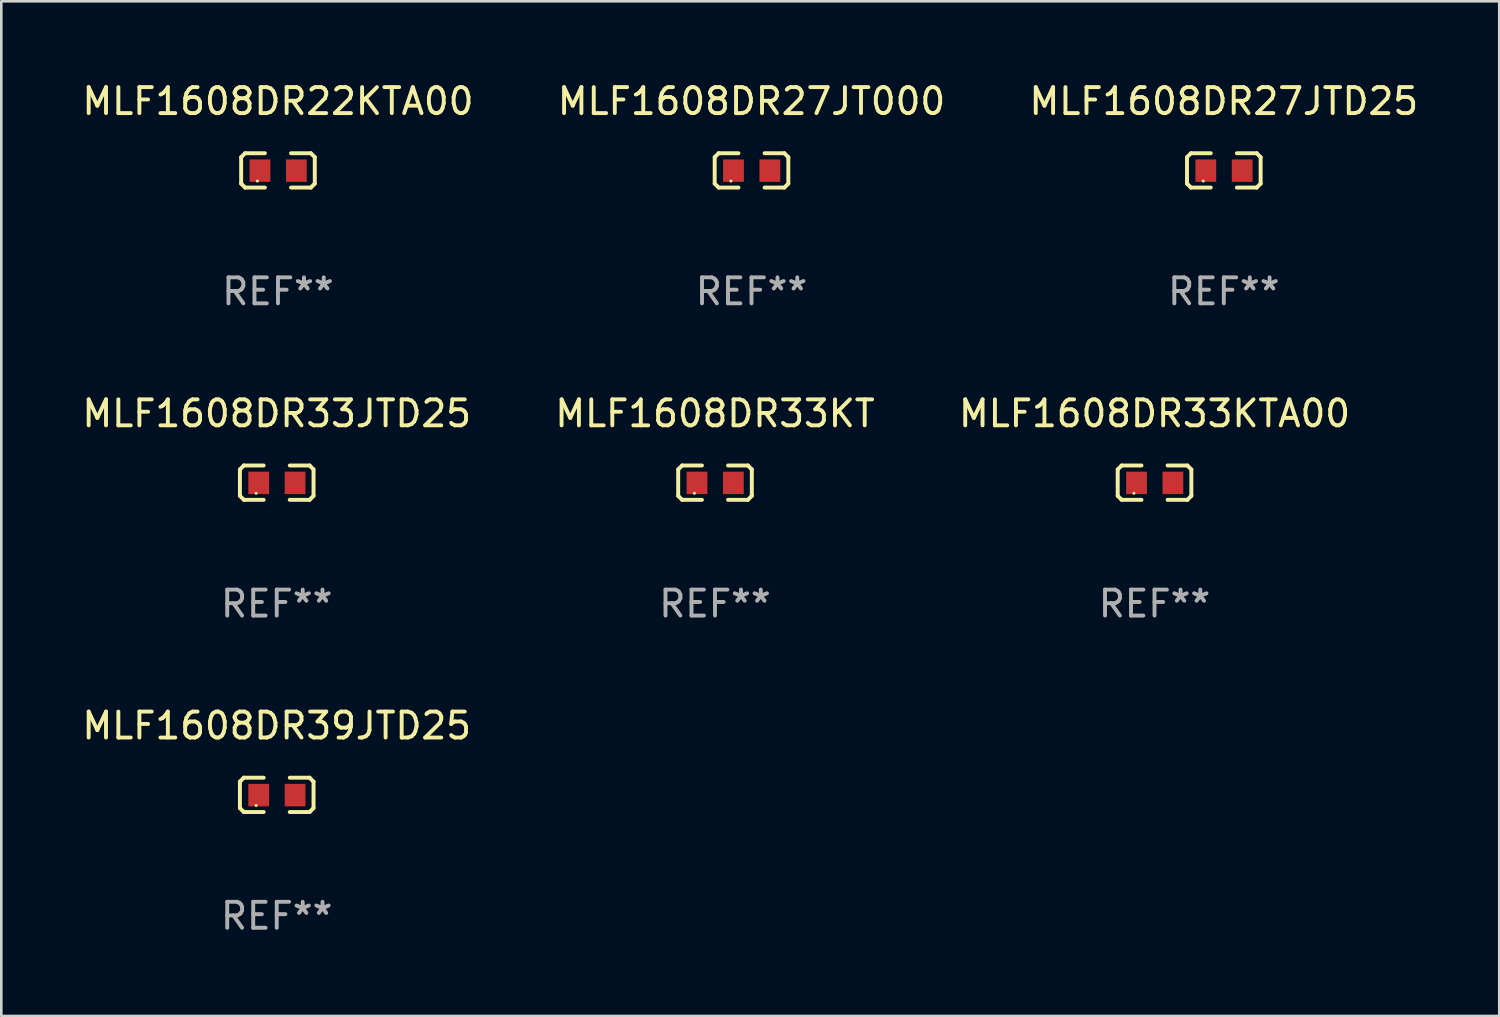
<source format=kicad_pcb>
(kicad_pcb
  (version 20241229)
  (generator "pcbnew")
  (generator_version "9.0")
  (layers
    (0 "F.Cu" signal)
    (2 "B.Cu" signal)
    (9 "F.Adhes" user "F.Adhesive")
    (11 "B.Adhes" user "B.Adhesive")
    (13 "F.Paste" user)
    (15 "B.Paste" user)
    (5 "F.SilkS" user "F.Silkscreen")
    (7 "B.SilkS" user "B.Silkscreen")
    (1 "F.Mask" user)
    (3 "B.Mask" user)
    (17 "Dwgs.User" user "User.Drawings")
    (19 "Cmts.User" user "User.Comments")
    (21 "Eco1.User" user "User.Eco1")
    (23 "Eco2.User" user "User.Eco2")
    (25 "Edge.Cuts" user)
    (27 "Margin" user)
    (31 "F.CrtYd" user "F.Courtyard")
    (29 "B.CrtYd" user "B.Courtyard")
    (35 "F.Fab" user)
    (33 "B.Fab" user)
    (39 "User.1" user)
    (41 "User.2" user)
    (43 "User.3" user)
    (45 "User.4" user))
  (footprint "MLF1608DR39JTD25"
    (layer "F.Cu")
    (at 7.601 27.544)
    (property "Reference" "MLF1608DR39JTD25" (at 0 -2.661 0) (layer "F.SilkS") (effects (font (size 1 1) (thickness 0.15))))
    (attr through_hole)
    (fp_line (start -1.417 -0.508) (end -1.265 -0.661) (stroke (width 0.152) (type solid)) (layer "F.SilkS"))
    (fp_line (start -1.417 0.508) (end -1.417 -0.508) (stroke (width 0.152) (type solid)) (layer "F.SilkS"))
    (fp_line (start -1.265 -0.661) (end -0.503 -0.661) (stroke (width 0.152) (type solid)) (layer "F.SilkS"))
    (fp_line (start -1.265 0.661) (end -1.417 0.508) (stroke (width 0.152) (type solid)) (layer "F.SilkS"))
    (fp_line (start -1.265 0.661) (end -0.503 0.661) (stroke (width 0.152) (type solid)) (layer "F.SilkS"))
    (fp_line (start 1.265 -0.661) (end 0.503 -0.661) (stroke (width 0.152) (type solid)) (layer "F.SilkS"))
    (fp_line (start 1.265 -0.661) (end 1.417 -0.508) (stroke (width 0.152) (type solid)) (layer "F.SilkS"))
    (fp_line (start 1.265 0.661) (end 0.503 0.661) (stroke (width 0.152) (type solid)) (layer "F.SilkS"))
    (fp_line (start 1.417 -0.508) (end 1.417 0.508) (stroke (width 0.152) (type solid)) (layer "F.SilkS"))
    (fp_line (start 1.417 0.508) (end 1.265 0.661) (stroke (width 0.152) (type solid)) (layer "F.SilkS"))
    (fp_circle (center -0.793 0.409) (end -0.763 0.409) (stroke (width 0.06) (type solid)) (fill no) (layer "F.SilkS"))
    (fp_text user "REF**" (at 0 4.661 0) (layer "F.Fab") (effects (font (size 1 1) (thickness 0.15))))
    (pad "1" smd rect (at -0.693 0.009 180) (size 0.8 0.864) (layers "F.Cu" "F.Mask" "F.Paste"))
    (pad "2" smd rect (at 0.707 0.009 180) (size 0.8 0.864) (layers "F.Cu" "F.Mask" "F.Paste")))
  (footprint "MLF1608DR33KT"
    (layer "F.Cu")
    (at 24.47 15.527)
    (property "Reference" "MLF1608DR33KT" (at 0 -2.661 0) (layer "F.SilkS") (effects (font (size 1 1) (thickness 0.15))))
    (attr through_hole)
    (fp_line (start -1.417 -0.508) (end -1.265 -0.661) (stroke (width 0.152) (type solid)) (layer "F.SilkS"))
    (fp_line (start -1.417 0.508) (end -1.417 -0.508) (stroke (width 0.152) (type solid)) (layer "F.SilkS"))
    (fp_line (start -1.265 -0.661) (end -0.503 -0.661) (stroke (width 0.152) (type solid)) (layer "F.SilkS"))
    (fp_line (start -1.265 0.661) (end -1.417 0.508) (stroke (width 0.152) (type solid)) (layer "F.SilkS"))
    (fp_line (start -1.265 0.661) (end -0.503 0.661) (stroke (width 0.152) (type solid)) (layer "F.SilkS"))
    (fp_line (start 1.265 -0.661) (end 0.503 -0.661) (stroke (width 0.152) (type solid)) (layer "F.SilkS"))
    (fp_line (start 1.265 -0.661) (end 1.417 -0.508) (stroke (width 0.152) (type solid)) (layer "F.SilkS"))
    (fp_line (start 1.265 0.661) (end 0.503 0.661) (stroke (width 0.152) (type solid)) (layer "F.SilkS"))
    (fp_line (start 1.417 -0.508) (end 1.417 0.508) (stroke (width 0.152) (type solid)) (layer "F.SilkS"))
    (fp_line (start 1.417 0.508) (end 1.265 0.661) (stroke (width 0.152) (type solid)) (layer "F.SilkS"))
    (fp_circle (center -0.793 0.409) (end -0.763 0.409) (stroke (width 0.06) (type solid)) (fill no) (layer "F.SilkS"))
    (fp_text user "REF**" (at 0 4.661 0) (layer "F.Fab") (effects (font (size 1 1) (thickness 0.15))))
    (pad "1" smd rect (at -0.693 0.009 180) (size 0.8 0.864) (layers "F.Cu" "F.Mask" "F.Paste"))
    (pad "2" smd rect (at 0.707 0.009 180) (size 0.8 0.864) (layers "F.Cu" "F.Mask" "F.Paste")))
  (footprint "MLF1608DR22KTA00"
    (layer "F.Cu")
    (at 7.649 3.509)
    (property "Reference" "MLF1608DR22KTA00" (at 0 -2.661 0) (layer "F.SilkS") (effects (font (size 1 1) (thickness 0.15))))
    (attr through_hole)
    (fp_line (start -1.417 -0.508) (end -1.265 -0.661) (stroke (width 0.152) (type solid)) (layer "F.SilkS"))
    (fp_line (start -1.417 0.508) (end -1.417 -0.508) (stroke (width 0.152) (type solid)) (layer "F.SilkS"))
    (fp_line (start -1.265 -0.661) (end -0.503 -0.661) (stroke (width 0.152) (type solid)) (layer "F.SilkS"))
    (fp_line (start -1.265 0.661) (end -1.417 0.508) (stroke (width 0.152) (type solid)) (layer "F.SilkS"))
    (fp_line (start -1.265 0.661) (end -0.503 0.661) (stroke (width 0.152) (type solid)) (layer "F.SilkS"))
    (fp_line (start 1.265 -0.661) (end 0.503 -0.661) (stroke (width 0.152) (type solid)) (layer "F.SilkS"))
    (fp_line (start 1.265 -0.661) (end 1.417 -0.508) (stroke (width 0.152) (type solid)) (layer "F.SilkS"))
    (fp_line (start 1.265 0.661) (end 0.503 0.661) (stroke (width 0.152) (type solid)) (layer "F.SilkS"))
    (fp_line (start 1.417 -0.508) (end 1.417 0.508) (stroke (width 0.152) (type solid)) (layer "F.SilkS"))
    (fp_line (start 1.417 0.508) (end 1.265 0.661) (stroke (width 0.152) (type solid)) (layer "F.SilkS"))
    (fp_circle (center -0.793 0.409) (end -0.763 0.409) (stroke (width 0.06) (type solid)) (fill no) (layer "F.SilkS"))
    (fp_text user "REF**" (at 0 4.661 0) (layer "F.Fab") (effects (font (size 1 1) (thickness 0.15))))
    (pad "1" smd rect (at -0.693 0.009 180) (size 0.8 0.864) (layers "F.Cu" "F.Mask" "F.Paste"))
    (pad "2" smd rect (at 0.707 0.009 180) (size 0.8 0.864) (layers "F.Cu" "F.Mask" "F.Paste")))
  (footprint "MLF1608DR33KTA00"
    (layer "F.Cu")
    (at 41.387 15.527)
    (property "Reference" "MLF1608DR33KTA00" (at 0 -2.661 0) (layer "F.SilkS") (effects (font (size 1 1) (thickness 0.15))))
    (attr through_hole)
    (fp_line (start -1.417 -0.508) (end -1.265 -0.661) (stroke (width 0.152) (type solid)) (layer "F.SilkS"))
    (fp_line (start -1.417 0.508) (end -1.417 -0.508) (stroke (width 0.152) (type solid)) (layer "F.SilkS"))
    (fp_line (start -1.265 -0.661) (end -0.503 -0.661) (stroke (width 0.152) (type solid)) (layer "F.SilkS"))
    (fp_line (start -1.265 0.661) (end -1.417 0.508) (stroke (width 0.152) (type solid)) (layer "F.SilkS"))
    (fp_line (start -1.265 0.661) (end -0.503 0.661) (stroke (width 0.152) (type solid)) (layer "F.SilkS"))
    (fp_line (start 1.265 -0.661) (end 0.503 -0.661) (stroke (width 0.152) (type solid)) (layer "F.SilkS"))
    (fp_line (start 1.265 -0.661) (end 1.417 -0.508) (stroke (width 0.152) (type solid)) (layer "F.SilkS"))
    (fp_line (start 1.265 0.661) (end 0.503 0.661) (stroke (width 0.152) (type solid)) (layer "F.SilkS"))
    (fp_line (start 1.417 -0.508) (end 1.417 0.508) (stroke (width 0.152) (type solid)) (layer "F.SilkS"))
    (fp_line (start 1.417 0.508) (end 1.265 0.661) (stroke (width 0.152) (type solid)) (layer "F.SilkS"))
    (fp_circle (center -0.793 0.409) (end -0.763 0.409) (stroke (width 0.06) (type solid)) (fill no) (layer "F.SilkS"))
    (fp_text user "REF**" (at 0 4.661 0) (layer "F.Fab") (effects (font (size 1 1) (thickness 0.15))))
    (pad "1" smd rect (at -0.693 0.009 180) (size 0.8 0.864) (layers "F.Cu" "F.Mask" "F.Paste"))
    (pad "2" smd rect (at 0.707 0.009 180) (size 0.8 0.864) (layers "F.Cu" "F.Mask" "F.Paste")))
  (footprint "MLF1608DR27JTD25"
    (layer "F.Cu")
    (at 44.054 3.509)
    (property "Reference" "MLF1608DR27JTD25" (at 0 -2.661 0) (layer "F.SilkS") (effects (font (size 1 1) (thickness 0.15))))
    (attr through_hole)
    (fp_line (start -1.417 -0.508) (end -1.265 -0.661) (stroke (width 0.152) (type solid)) (layer "F.SilkS"))
    (fp_line (start -1.417 0.508) (end -1.417 -0.508) (stroke (width 0.152) (type solid)) (layer "F.SilkS"))
    (fp_line (start -1.265 -0.661) (end -0.503 -0.661) (stroke (width 0.152) (type solid)) (layer "F.SilkS"))
    (fp_line (start -1.265 0.661) (end -1.417 0.508) (stroke (width 0.152) (type solid)) (layer "F.SilkS"))
    (fp_line (start -1.265 0.661) (end -0.503 0.661) (stroke (width 0.152) (type solid)) (layer "F.SilkS"))
    (fp_line (start 1.265 -0.661) (end 0.503 -0.661) (stroke (width 0.152) (type solid)) (layer "F.SilkS"))
    (fp_line (start 1.265 -0.661) (end 1.417 -0.508) (stroke (width 0.152) (type solid)) (layer "F.SilkS"))
    (fp_line (start 1.265 0.661) (end 0.503 0.661) (stroke (width 0.152) (type solid)) (layer "F.SilkS"))
    (fp_line (start 1.417 -0.508) (end 1.417 0.508) (stroke (width 0.152) (type solid)) (layer "F.SilkS"))
    (fp_line (start 1.417 0.508) (end 1.265 0.661) (stroke (width 0.152) (type solid)) (layer "F.SilkS"))
    (fp_circle (center -0.793 0.409) (end -0.763 0.409) (stroke (width 0.06) (type solid)) (fill no) (layer "F.SilkS"))
    (fp_text user "REF**" (at 0 4.661 0) (layer "F.Fab") (effects (font (size 1 1) (thickness 0.15))))
    (pad "1" smd rect (at -0.693 0.009 180) (size 0.8 0.864) (layers "F.Cu" "F.Mask" "F.Paste"))
    (pad "2" smd rect (at 0.707 0.009 180) (size 0.8 0.864) (layers "F.Cu" "F.Mask" "F.Paste")))
  (footprint "MLF1608DR33JTD25"
    (layer "F.Cu")
    (at 7.601 15.527)
    (property "Reference" "MLF1608DR33JTD25" (at 0 -2.661 0) (layer "F.SilkS") (effects (font (size 1 1) (thickness 0.15))))
    (attr through_hole)
    (fp_line (start -1.417 -0.508) (end -1.265 -0.661) (stroke (width 0.152) (type solid)) (layer "F.SilkS"))
    (fp_line (start -1.417 0.508) (end -1.417 -0.508) (stroke (width 0.152) (type solid)) (layer "F.SilkS"))
    (fp_line (start -1.265 -0.661) (end -0.503 -0.661) (stroke (width 0.152) (type solid)) (layer "F.SilkS"))
    (fp_line (start -1.265 0.661) (end -1.417 0.508) (stroke (width 0.152) (type solid)) (layer "F.SilkS"))
    (fp_line (start -1.265 0.661) (end -0.503 0.661) (stroke (width 0.152) (type solid)) (layer "F.SilkS"))
    (fp_line (start 1.265 -0.661) (end 0.503 -0.661) (stroke (width 0.152) (type solid)) (layer "F.SilkS"))
    (fp_line (start 1.265 -0.661) (end 1.417 -0.508) (stroke (width 0.152) (type solid)) (layer "F.SilkS"))
    (fp_line (start 1.265 0.661) (end 0.503 0.661) (stroke (width 0.152) (type solid)) (layer "F.SilkS"))
    (fp_line (start 1.417 -0.508) (end 1.417 0.508) (stroke (width 0.152) (type solid)) (layer "F.SilkS"))
    (fp_line (start 1.417 0.508) (end 1.265 0.661) (stroke (width 0.152) (type solid)) (layer "F.SilkS"))
    (fp_circle (center -0.793 0.409) (end -0.763 0.409) (stroke (width 0.06) (type solid)) (fill no) (layer "F.SilkS"))
    (fp_text user "REF**" (at 0 4.661 0) (layer "F.Fab") (effects (font (size 1 1) (thickness 0.15))))
    (pad "1" smd rect (at -0.693 0.009 180) (size 0.8 0.864) (layers "F.Cu" "F.Mask" "F.Paste"))
    (pad "2" smd rect (at 0.707 0.009 180) (size 0.8 0.864) (layers "F.Cu" "F.Mask" "F.Paste")))
  (footprint "MLF1608DR27JT000"
    (layer "F.Cu")
    (at 25.875 3.509)
    (property "Reference" "MLF1608DR27JT000" (at 0 -2.661 0) (layer "F.SilkS") (effects (font (size 1 1) (thickness 0.15))))
    (attr through_hole)
    (fp_line (start -1.417 -0.508) (end -1.265 -0.661) (stroke (width 0.152) (type solid)) (layer "F.SilkS"))
    (fp_line (start -1.417 0.508) (end -1.417 -0.508) (stroke (width 0.152) (type solid)) (layer "F.SilkS"))
    (fp_line (start -1.265 -0.661) (end -0.503 -0.661) (stroke (width 0.152) (type solid)) (layer "F.SilkS"))
    (fp_line (start -1.265 0.661) (end -1.417 0.508) (stroke (width 0.152) (type solid)) (layer "F.SilkS"))
    (fp_line (start -1.265 0.661) (end -0.503 0.661) (stroke (width 0.152) (type solid)) (layer "F.SilkS"))
    (fp_line (start 1.265 -0.661) (end 0.503 -0.661) (stroke (width 0.152) (type solid)) (layer "F.SilkS"))
    (fp_line (start 1.265 -0.661) (end 1.417 -0.508) (stroke (width 0.152) (type solid)) (layer "F.SilkS"))
    (fp_line (start 1.265 0.661) (end 0.503 0.661) (stroke (width 0.152) (type solid)) (layer "F.SilkS"))
    (fp_line (start 1.417 -0.508) (end 1.417 0.508) (stroke (width 0.152) (type solid)) (layer "F.SilkS"))
    (fp_line (start 1.417 0.508) (end 1.265 0.661) (stroke (width 0.152) (type solid)) (layer "F.SilkS"))
    (fp_circle (center -0.793 0.409) (end -0.763 0.409) (stroke (width 0.06) (type solid)) (fill no) (layer "F.SilkS"))
    (fp_text user "REF**" (at 0 4.661 0) (layer "F.Fab") (effects (font (size 1 1) (thickness 0.15))))
    (pad "1" smd rect (at -0.693 0.009 180) (size 0.8 0.864) (layers "F.Cu" "F.Mask" "F.Paste"))
    (pad "2" smd rect (at 0.707 0.009 180) (size 0.8 0.864) (layers "F.Cu" "F.Mask" "F.Paste")))
  (gr_rect
    (start -3 -3)
    (end 54.655 36.053)
    (stroke (width 0.1) (type default))
    (fill no)
    (layer "Edge.Cuts")))
</source>
